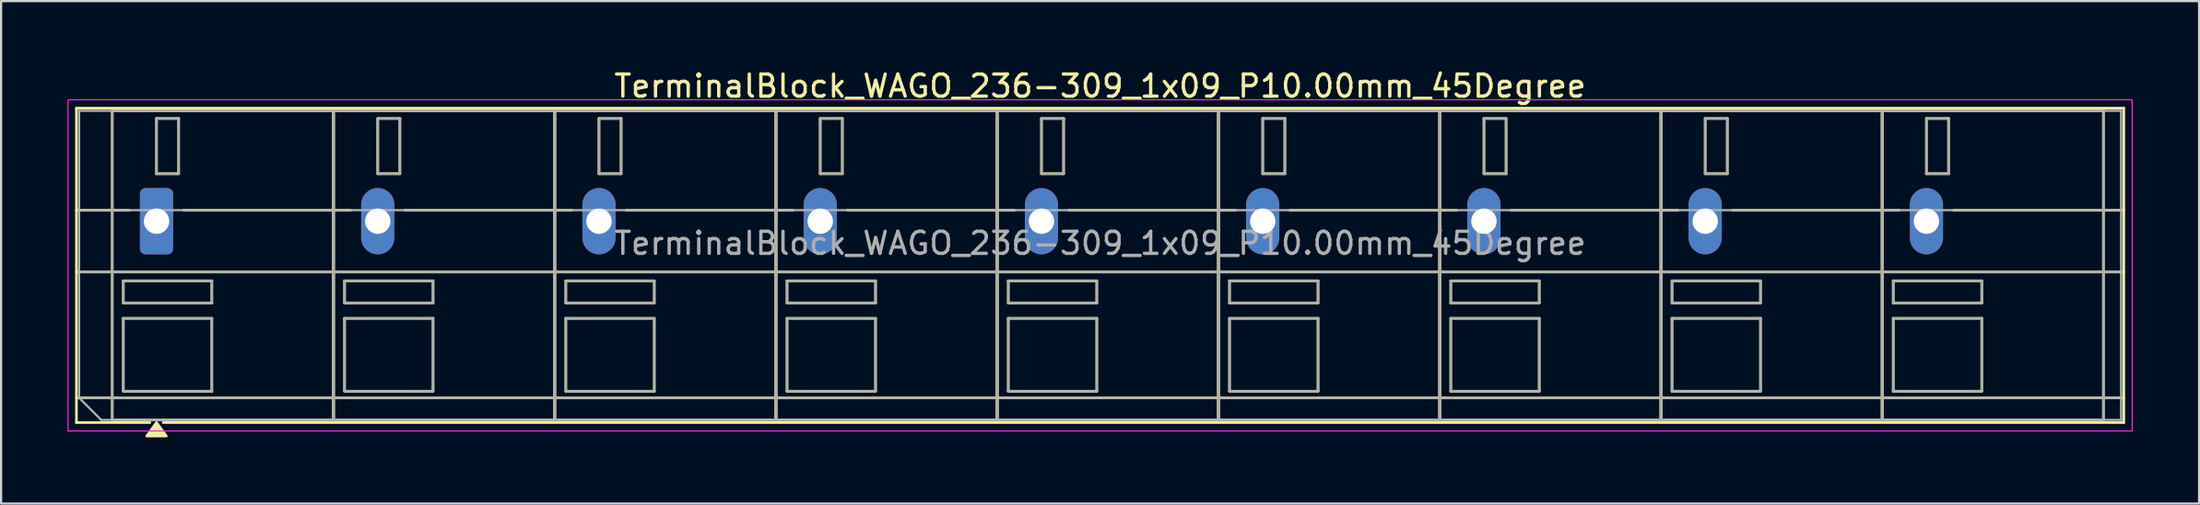
<source format=kicad_pcb>
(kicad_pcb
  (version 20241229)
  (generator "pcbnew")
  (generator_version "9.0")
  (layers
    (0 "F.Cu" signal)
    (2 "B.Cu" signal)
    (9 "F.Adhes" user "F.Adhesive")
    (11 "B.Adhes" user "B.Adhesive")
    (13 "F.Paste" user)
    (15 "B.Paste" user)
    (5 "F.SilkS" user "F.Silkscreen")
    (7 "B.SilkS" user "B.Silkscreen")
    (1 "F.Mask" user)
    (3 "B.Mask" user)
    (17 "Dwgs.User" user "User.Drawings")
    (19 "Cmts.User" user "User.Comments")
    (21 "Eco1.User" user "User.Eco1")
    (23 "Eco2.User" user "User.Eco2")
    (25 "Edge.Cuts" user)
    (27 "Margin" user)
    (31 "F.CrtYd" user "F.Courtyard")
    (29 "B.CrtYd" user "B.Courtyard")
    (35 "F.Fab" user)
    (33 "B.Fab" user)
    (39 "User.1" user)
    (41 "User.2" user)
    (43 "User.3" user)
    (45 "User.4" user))
  (footprint "TerminalBlock_WAGO_236-309_1x09_P10.00mm_45Degree"
    (layer "F.Cu")
    (at 4.025 6.968)
    (property "Reference" "TerminalBlock_WAGO_236-309_1x09_P10.00mm_45Degree" (at 42.65 -6.12 0) (layer "F.SilkS") (effects (font (size 1 1) (thickness 0.15))))
    (attr through_hole)
    (fp_line (start -3.62 -5.12) (end 88.92 -5.12) (stroke (width 0.12) (type solid)) (layer "F.SilkS"))
    (fp_line (start -3.62 -0.5) (end -1.23 -0.5) (stroke (width 0.12) (type solid)) (layer "F.SilkS"))
    (fp_line (start -3.62 2.3) (end 88.92 2.3) (stroke (width 0.12) (type solid)) (layer "F.SilkS"))
    (fp_line (start -3.62 8) (end 88.92 8) (stroke (width 0.12) (type solid)) (layer "F.SilkS"))
    (fp_line (start -3.62 9.12) (end -3.62 -5.12) (stroke (width 0.12) (type solid)) (layer "F.SilkS"))
    (fp_line (start -2 -5) (end 8 -5) (stroke (width 0.12) (type solid)) (layer "F.SilkS"))
    (fp_line (start -2 9) (end -2 -5) (stroke (width 0.12) (type solid)) (layer "F.SilkS"))
    (fp_line (start -1.5 2.7) (end 2.5 2.7) (stroke (width 0.12) (type solid)) (layer "F.SilkS"))
    (fp_line (start -1.5 3.7) (end -1.5 2.7) (stroke (width 0.12) (type solid)) (layer "F.SilkS"))
    (fp_line (start -1.5 4.4) (end 2.5 4.4) (stroke (width 0.12) (type solid)) (layer "F.SilkS"))
    (fp_line (start -1.5 7.7) (end -1.5 4.4) (stroke (width 0.12) (type solid)) (layer "F.SilkS"))
    (fp_line (start -0.3 9.12) (end -3.62 9.12) (stroke (width 0.12) (type solid)) (layer "F.SilkS"))
    (fp_line (start 0 -4.65) (end 1 -4.65) (stroke (width 0.12) (type solid)) (layer "F.SilkS"))
    (fp_line (start 0 -2.15) (end 0 -4.65) (stroke (width 0.12) (type solid)) (layer "F.SilkS"))
    (fp_line (start 1 -4.65) (end 1 -2.15) (stroke (width 0.12) (type solid)) (layer "F.SilkS"))
    (fp_line (start 1 -2.15) (end 0 -2.15) (stroke (width 0.12) (type solid)) (layer "F.SilkS"))
    (fp_line (start 1.23 -0.5) (end 8.77 -0.5) (stroke (width 0.12) (type solid)) (layer "F.SilkS"))
    (fp_line (start 2.5 2.7) (end 2.5 3.7) (stroke (width 0.12) (type solid)) (layer "F.SilkS"))
    (fp_line (start 2.5 3.7) (end -1.5 3.7) (stroke (width 0.12) (type solid)) (layer "F.SilkS"))
    (fp_line (start 2.5 4.4) (end 2.5 7.7) (stroke (width 0.12) (type solid)) (layer "F.SilkS"))
    (fp_line (start 2.5 7.7) (end -1.5 7.7) (stroke (width 0.12) (type solid)) (layer "F.SilkS"))
    (fp_line (start 8 -5) (end 8 9) (stroke (width 0.12) (type solid)) (layer "F.SilkS"))
    (fp_line (start 8 -5) (end 18 -5) (stroke (width 0.12) (type solid)) (layer "F.SilkS"))
    (fp_line (start 8 9) (end -2 9) (stroke (width 0.12) (type solid)) (layer "F.SilkS"))
    (fp_line (start 8 9) (end 8 -5) (stroke (width 0.12) (type solid)) (layer "F.SilkS"))
    (fp_line (start 8.5 2.7) (end 12.5 2.7) (stroke (width 0.12) (type solid)) (layer "F.SilkS"))
    (fp_line (start 8.5 3.7) (end 8.5 2.7) (stroke (width 0.12) (type solid)) (layer "F.SilkS"))
    (fp_line (start 8.5 4.4) (end 12.5 4.4) (stroke (width 0.12) (type solid)) (layer "F.SilkS"))
    (fp_line (start 8.5 7.7) (end 8.5 4.4) (stroke (width 0.12) (type solid)) (layer "F.SilkS"))
    (fp_line (start 10 -4.65) (end 11 -4.65) (stroke (width 0.12) (type solid)) (layer "F.SilkS"))
    (fp_line (start 10 -2.15) (end 10 -4.65) (stroke (width 0.12) (type solid)) (layer "F.SilkS"))
    (fp_line (start 11 -4.65) (end 11 -2.15) (stroke (width 0.12) (type solid)) (layer "F.SilkS"))
    (fp_line (start 11 -2.15) (end 10 -2.15) (stroke (width 0.12) (type solid)) (layer "F.SilkS"))
    (fp_line (start 11.23 -0.5) (end 18.77 -0.5) (stroke (width 0.12) (type solid)) (layer "F.SilkS"))
    (fp_line (start 12.5 2.7) (end 12.5 3.7) (stroke (width 0.12) (type solid)) (layer "F.SilkS"))
    (fp_line (start 12.5 3.7) (end 8.5 3.7) (stroke (width 0.12) (type solid)) (layer "F.SilkS"))
    (fp_line (start 12.5 4.4) (end 12.5 7.7) (stroke (width 0.12) (type solid)) (layer "F.SilkS"))
    (fp_line (start 12.5 7.7) (end 8.5 7.7) (stroke (width 0.12) (type solid)) (layer "F.SilkS"))
    (fp_line (start 18 -5) (end 18 9) (stroke (width 0.12) (type solid)) (layer "F.SilkS"))
    (fp_line (start 18 -5) (end 28 -5) (stroke (width 0.12) (type solid)) (layer "F.SilkS"))
    (fp_line (start 18 9) (end 8 9) (stroke (width 0.12) (type solid)) (layer "F.SilkS"))
    (fp_line (start 18 9) (end 18 -5) (stroke (width 0.12) (type solid)) (layer "F.SilkS"))
    (fp_line (start 18.5 2.7) (end 22.5 2.7) (stroke (width 0.12) (type solid)) (layer "F.SilkS"))
    (fp_line (start 18.5 3.7) (end 18.5 2.7) (stroke (width 0.12) (type solid)) (layer "F.SilkS"))
    (fp_line (start 18.5 4.4) (end 22.5 4.4) (stroke (width 0.12) (type solid)) (layer "F.SilkS"))
    (fp_line (start 18.5 7.7) (end 18.5 4.4) (stroke (width 0.12) (type solid)) (layer "F.SilkS"))
    (fp_line (start 20 -4.65) (end 21 -4.65) (stroke (width 0.12) (type solid)) (layer "F.SilkS"))
    (fp_line (start 20 -2.15) (end 20 -4.65) (stroke (width 0.12) (type solid)) (layer "F.SilkS"))
    (fp_line (start 21 -4.65) (end 21 -2.15) (stroke (width 0.12) (type solid)) (layer "F.SilkS"))
    (fp_line (start 21 -2.15) (end 20 -2.15) (stroke (width 0.12) (type solid)) (layer "F.SilkS"))
    (fp_line (start 21.23 -0.5) (end 28.77 -0.5) (stroke (width 0.12) (type solid)) (layer "F.SilkS"))
    (fp_line (start 22.5 2.7) (end 22.5 3.7) (stroke (width 0.12) (type solid)) (layer "F.SilkS"))
    (fp_line (start 22.5 3.7) (end 18.5 3.7) (stroke (width 0.12) (type solid)) (layer "F.SilkS"))
    (fp_line (start 22.5 4.4) (end 22.5 7.7) (stroke (width 0.12) (type solid)) (layer "F.SilkS"))
    (fp_line (start 22.5 7.7) (end 18.5 7.7) (stroke (width 0.12) (type solid)) (layer "F.SilkS"))
    (fp_line (start 28 -5) (end 28 9) (stroke (width 0.12) (type solid)) (layer "F.SilkS"))
    (fp_line (start 28 -5) (end 38 -5) (stroke (width 0.12) (type solid)) (layer "F.SilkS"))
    (fp_line (start 28 9) (end 18 9) (stroke (width 0.12) (type solid)) (layer "F.SilkS"))
    (fp_line (start 28 9) (end 28 -5) (stroke (width 0.12) (type solid)) (layer "F.SilkS"))
    (fp_line (start 28.5 2.7) (end 32.5 2.7) (stroke (width 0.12) (type solid)) (layer "F.SilkS"))
    (fp_line (start 28.5 3.7) (end 28.5 2.7) (stroke (width 0.12) (type solid)) (layer "F.SilkS"))
    (fp_line (start 28.5 4.4) (end 32.5 4.4) (stroke (width 0.12) (type solid)) (layer "F.SilkS"))
    (fp_line (start 28.5 7.7) (end 28.5 4.4) (stroke (width 0.12) (type solid)) (layer "F.SilkS"))
    (fp_line (start 30 -4.65) (end 31 -4.65) (stroke (width 0.12) (type solid)) (layer "F.SilkS"))
    (fp_line (start 30 -2.15) (end 30 -4.65) (stroke (width 0.12) (type solid)) (layer "F.SilkS"))
    (fp_line (start 31 -4.65) (end 31 -2.15) (stroke (width 0.12) (type solid)) (layer "F.SilkS"))
    (fp_line (start 31 -2.15) (end 30 -2.15) (stroke (width 0.12) (type solid)) (layer "F.SilkS"))
    (fp_line (start 31.23 -0.5) (end 38.77 -0.5) (stroke (width 0.12) (type solid)) (layer "F.SilkS"))
    (fp_line (start 32.5 2.7) (end 32.5 3.7) (stroke (width 0.12) (type solid)) (layer "F.SilkS"))
    (fp_line (start 32.5 3.7) (end 28.5 3.7) (stroke (width 0.12) (type solid)) (layer "F.SilkS"))
    (fp_line (start 32.5 4.4) (end 32.5 7.7) (stroke (width 0.12) (type solid)) (layer "F.SilkS"))
    (fp_line (start 32.5 7.7) (end 28.5 7.7) (stroke (width 0.12) (type solid)) (layer "F.SilkS"))
    (fp_line (start 38 -5) (end 38 9) (stroke (width 0.12) (type solid)) (layer "F.SilkS"))
    (fp_line (start 38 -5) (end 48 -5) (stroke (width 0.12) (type solid)) (layer "F.SilkS"))
    (fp_line (start 38 9) (end 28 9) (stroke (width 0.12) (type solid)) (layer "F.SilkS"))
    (fp_line (start 38 9) (end 38 -5) (stroke (width 0.12) (type solid)) (layer "F.SilkS"))
    (fp_line (start 38.5 2.7) (end 42.5 2.7) (stroke (width 0.12) (type solid)) (layer "F.SilkS"))
    (fp_line (start 38.5 3.7) (end 38.5 2.7) (stroke (width 0.12) (type solid)) (layer "F.SilkS"))
    (fp_line (start 38.5 4.4) (end 42.5 4.4) (stroke (width 0.12) (type solid)) (layer "F.SilkS"))
    (fp_line (start 38.5 7.7) (end 38.5 4.4) (stroke (width 0.12) (type solid)) (layer "F.SilkS"))
    (fp_line (start 40 -4.65) (end 41 -4.65) (stroke (width 0.12) (type solid)) (layer "F.SilkS"))
    (fp_line (start 40 -2.15) (end 40 -4.65) (stroke (width 0.12) (type solid)) (layer "F.SilkS"))
    (fp_line (start 41 -4.65) (end 41 -2.15) (stroke (width 0.12) (type solid)) (layer "F.SilkS"))
    (fp_line (start 41 -2.15) (end 40 -2.15) (stroke (width 0.12) (type solid)) (layer "F.SilkS"))
    (fp_line (start 41.23 -0.5) (end 48.77 -0.5) (stroke (width 0.12) (type solid)) (layer "F.SilkS"))
    (fp_line (start 42.5 2.7) (end 42.5 3.7) (stroke (width 0.12) (type solid)) (layer "F.SilkS"))
    (fp_line (start 42.5 3.7) (end 38.5 3.7) (stroke (width 0.12) (type solid)) (layer "F.SilkS"))
    (fp_line (start 42.5 4.4) (end 42.5 7.7) (stroke (width 0.12) (type solid)) (layer "F.SilkS"))
    (fp_line (start 42.5 7.7) (end 38.5 7.7) (stroke (width 0.12) (type solid)) (layer "F.SilkS"))
    (fp_line (start 48 -5) (end 48 9) (stroke (width 0.12) (type solid)) (layer "F.SilkS"))
    (fp_line (start 48 -5) (end 58 -5) (stroke (width 0.12) (type solid)) (layer "F.SilkS"))
    (fp_line (start 48 9) (end 38 9) (stroke (width 0.12) (type solid)) (layer "F.SilkS"))
    (fp_line (start 48 9) (end 48 -5) (stroke (width 0.12) (type solid)) (layer "F.SilkS"))
    (fp_line (start 48.5 2.7) (end 52.5 2.7) (stroke (width 0.12) (type solid)) (layer "F.SilkS"))
    (fp_line (start 48.5 3.7) (end 48.5 2.7) (stroke (width 0.12) (type solid)) (layer "F.SilkS"))
    (fp_line (start 48.5 4.4) (end 52.5 4.4) (stroke (width 0.12) (type solid)) (layer "F.SilkS"))
    (fp_line (start 48.5 7.7) (end 48.5 4.4) (stroke (width 0.12) (type solid)) (layer "F.SilkS"))
    (fp_line (start 50 -4.65) (end 51 -4.65) (stroke (width 0.12) (type solid)) (layer "F.SilkS"))
    (fp_line (start 50 -2.15) (end 50 -4.65) (stroke (width 0.12) (type solid)) (layer "F.SilkS"))
    (fp_line (start 51 -4.65) (end 51 -2.15) (stroke (width 0.12) (type solid)) (layer "F.SilkS"))
    (fp_line (start 51 -2.15) (end 50 -2.15) (stroke (width 0.12) (type solid)) (layer "F.SilkS"))
    (fp_line (start 51.23 -0.5) (end 58.77 -0.5) (stroke (width 0.12) (type solid)) (layer "F.SilkS"))
    (fp_line (start 52.5 2.7) (end 52.5 3.7) (stroke (width 0.12) (type solid)) (layer "F.SilkS"))
    (fp_line (start 52.5 3.7) (end 48.5 3.7) (stroke (width 0.12) (type solid)) (layer "F.SilkS"))
    (fp_line (start 52.5 4.4) (end 52.5 7.7) (stroke (width 0.12) (type solid)) (layer "F.SilkS"))
    (fp_line (start 52.5 7.7) (end 48.5 7.7) (stroke (width 0.12) (type solid)) (layer "F.SilkS"))
    (fp_line (start 58 -5) (end 58 9) (stroke (width 0.12) (type solid)) (layer "F.SilkS"))
    (fp_line (start 58 -5) (end 68 -5) (stroke (width 0.12) (type solid)) (layer "F.SilkS"))
    (fp_line (start 58 9) (end 48 9) (stroke (width 0.12) (type solid)) (layer "F.SilkS"))
    (fp_line (start 58 9) (end 58 -5) (stroke (width 0.12) (type solid)) (layer "F.SilkS"))
    (fp_line (start 58.5 2.7) (end 62.5 2.7) (stroke (width 0.12) (type solid)) (layer "F.SilkS"))
    (fp_line (start 58.5 3.7) (end 58.5 2.7) (stroke (width 0.12) (type solid)) (layer "F.SilkS"))
    (fp_line (start 58.5 4.4) (end 62.5 4.4) (stroke (width 0.12) (type solid)) (layer "F.SilkS"))
    (fp_line (start 58.5 7.7) (end 58.5 4.4) (stroke (width 0.12) (type solid)) (layer "F.SilkS"))
    (fp_line (start 60 -4.65) (end 61 -4.65) (stroke (width 0.12) (type solid)) (layer "F.SilkS"))
    (fp_line (start 60 -2.15) (end 60 -4.65) (stroke (width 0.12) (type solid)) (layer "F.SilkS"))
    (fp_line (start 61 -4.65) (end 61 -2.15) (stroke (width 0.12) (type solid)) (layer "F.SilkS"))
    (fp_line (start 61 -2.15) (end 60 -2.15) (stroke (width 0.12) (type solid)) (layer "F.SilkS"))
    (fp_line (start 61.23 -0.5) (end 68.77 -0.5) (stroke (width 0.12) (type solid)) (layer "F.SilkS"))
    (fp_line (start 62.5 2.7) (end 62.5 3.7) (stroke (width 0.12) (type solid)) (layer "F.SilkS"))
    (fp_line (start 62.5 3.7) (end 58.5 3.7) (stroke (width 0.12) (type solid)) (layer "F.SilkS"))
    (fp_line (start 62.5 4.4) (end 62.5 7.7) (stroke (width 0.12) (type solid)) (layer "F.SilkS"))
    (fp_line (start 62.5 7.7) (end 58.5 7.7) (stroke (width 0.12) (type solid)) (layer "F.SilkS"))
    (fp_line (start 68 -5) (end 68 9) (stroke (width 0.12) (type solid)) (layer "F.SilkS"))
    (fp_line (start 68 -5) (end 78 -5) (stroke (width 0.12) (type solid)) (layer "F.SilkS"))
    (fp_line (start 68 9) (end 58 9) (stroke (width 0.12) (type solid)) (layer "F.SilkS"))
    (fp_line (start 68 9) (end 68 -5) (stroke (width 0.12) (type solid)) (layer "F.SilkS"))
    (fp_line (start 68.5 2.7) (end 72.5 2.7) (stroke (width 0.12) (type solid)) (layer "F.SilkS"))
    (fp_line (start 68.5 3.7) (end 68.5 2.7) (stroke (width 0.12) (type solid)) (layer "F.SilkS"))
    (fp_line (start 68.5 4.4) (end 72.5 4.4) (stroke (width 0.12) (type solid)) (layer "F.SilkS"))
    (fp_line (start 68.5 7.7) (end 68.5 4.4) (stroke (width 0.12) (type solid)) (layer "F.SilkS"))
    (fp_line (start 70 -4.65) (end 71 -4.65) (stroke (width 0.12) (type solid)) (layer "F.SilkS"))
    (fp_line (start 70 -2.15) (end 70 -4.65) (stroke (width 0.12) (type solid)) (layer "F.SilkS"))
    (fp_line (start 71 -4.65) (end 71 -2.15) (stroke (width 0.12) (type solid)) (layer "F.SilkS"))
    (fp_line (start 71 -2.15) (end 70 -2.15) (stroke (width 0.12) (type solid)) (layer "F.SilkS"))
    (fp_line (start 71.23 -0.5) (end 78.77 -0.5) (stroke (width 0.12) (type solid)) (layer "F.SilkS"))
    (fp_line (start 72.5 2.7) (end 72.5 3.7) (stroke (width 0.12) (type solid)) (layer "F.SilkS"))
    (fp_line (start 72.5 3.7) (end 68.5 3.7) (stroke (width 0.12) (type solid)) (layer "F.SilkS"))
    (fp_line (start 72.5 4.4) (end 72.5 7.7) (stroke (width 0.12) (type solid)) (layer "F.SilkS"))
    (fp_line (start 72.5 7.7) (end 68.5 7.7) (stroke (width 0.12) (type solid)) (layer "F.SilkS"))
    (fp_line (start 78 -5) (end 78 9) (stroke (width 0.12) (type solid)) (layer "F.SilkS"))
    (fp_line (start 78 -5) (end 88 -5) (stroke (width 0.12) (type solid)) (layer "F.SilkS"))
    (fp_line (start 78 9) (end 68 9) (stroke (width 0.12) (type solid)) (layer "F.SilkS"))
    (fp_line (start 78 9) (end 78 -5) (stroke (width 0.12) (type solid)) (layer "F.SilkS"))
    (fp_line (start 78.5 2.7) (end 82.5 2.7) (stroke (width 0.12) (type solid)) (layer "F.SilkS"))
    (fp_line (start 78.5 3.7) (end 78.5 2.7) (stroke (width 0.12) (type solid)) (layer "F.SilkS"))
    (fp_line (start 78.5 4.4) (end 82.5 4.4) (stroke (width 0.12) (type solid)) (layer "F.SilkS"))
    (fp_line (start 78.5 7.7) (end 78.5 4.4) (stroke (width 0.12) (type solid)) (layer "F.SilkS"))
    (fp_line (start 80 -4.65) (end 81 -4.65) (stroke (width 0.12) (type solid)) (layer "F.SilkS"))
    (fp_line (start 80 -2.15) (end 80 -4.65) (stroke (width 0.12) (type solid)) (layer "F.SilkS"))
    (fp_line (start 81 -4.65) (end 81 -2.15) (stroke (width 0.12) (type solid)) (layer "F.SilkS"))
    (fp_line (start 81 -2.15) (end 80 -2.15) (stroke (width 0.12) (type solid)) (layer "F.SilkS"))
    (fp_line (start 81.23 -0.5) (end 88.92 -0.5) (stroke (width 0.12) (type solid)) (layer "F.SilkS"))
    (fp_line (start 82.5 2.7) (end 82.5 3.7) (stroke (width 0.12) (type solid)) (layer "F.SilkS"))
    (fp_line (start 82.5 3.7) (end 78.5 3.7) (stroke (width 0.12) (type solid)) (layer "F.SilkS"))
    (fp_line (start 82.5 4.4) (end 82.5 7.7) (stroke (width 0.12) (type solid)) (layer "F.SilkS"))
    (fp_line (start 82.5 7.7) (end 78.5 7.7) (stroke (width 0.12) (type solid)) (layer "F.SilkS"))
    (fp_line (start 88 -5) (end 88 9) (stroke (width 0.12) (type solid)) (layer "F.SilkS"))
    (fp_line (start 88 9) (end 78 9) (stroke (width 0.12) (type solid)) (layer "F.SilkS"))
    (fp_line (start 88.92 -5.12) (end 88.92 9.12) (stroke (width 0.12) (type solid)) (layer "F.SilkS"))
    (fp_line (start 88.92 9.12) (end 0.3 9.12) (stroke (width 0.12) (type solid)) (layer "F.SilkS"))
    (fp_poly (pts (xy 0 9.12) (xy 0.44 9.73) (xy -0.44 9.73)) (stroke (width 0.12) (type solid)) (fill yes) (layer "F.SilkS"))
    (fp_line (start -4 -5.5) (end -4 9.5) (stroke (width 0.05) (type solid)) (layer "F.CrtYd"))
    (fp_line (start -4 9.5) (end 89.3 9.5) (stroke (width 0.05) (type solid)) (layer "F.CrtYd"))
    (fp_line (start 89.3 -5.5) (end -4 -5.5) (stroke (width 0.05) (type solid)) (layer "F.CrtYd"))
    (fp_line (start 89.3 9.5) (end 89.3 -5.5) (stroke (width 0.05) (type solid)) (layer "F.CrtYd"))
    (fp_line (start -3.5 -5) (end 88.8 -5) (stroke (width 0.1) (type solid)) (layer "F.Fab"))
    (fp_line (start -3.5 -0.5) (end 88.8 -0.5) (stroke (width 0.1) (type solid)) (layer "F.Fab"))
    (fp_line (start -3.5 2.3) (end 88.8 2.3) (stroke (width 0.1) (type solid)) (layer "F.Fab"))
    (fp_line (start -3.5 8) (end -3.5 -5) (stroke (width 0.1) (type solid)) (layer "F.Fab"))
    (fp_line (start -3.5 8) (end 88.8 8) (stroke (width 0.1) (type solid)) (layer "F.Fab"))
    (fp_line (start -2.5 9) (end -3.5 8) (stroke (width 0.1) (type solid)) (layer "F.Fab"))
    (fp_line (start -2 -5) (end -2 9) (stroke (width 0.1) (type solid)) (layer "F.Fab"))
    (fp_line (start -2 9) (end 8 9) (stroke (width 0.1) (type solid)) (layer "F.Fab"))
    (fp_line (start -1.5 2.7) (end -1.5 3.7) (stroke (width 0.1) (type solid)) (layer "F.Fab"))
    (fp_line (start -1.5 3.7) (end 2.5 3.7) (stroke (width 0.1) (type solid)) (layer "F.Fab"))
    (fp_line (start -1.5 4.4) (end -1.5 7.7) (stroke (width 0.1) (type solid)) (layer "F.Fab"))
    (fp_line (start -1.5 7.7) (end 2.5 7.7) (stroke (width 0.1) (type solid)) (layer "F.Fab"))
    (fp_line (start 0 -4.65) (end 0 -2.15) (stroke (width 0.1) (type solid)) (layer "F.Fab"))
    (fp_line (start 0 -2.15) (end 1 -2.15) (stroke (width 0.1) (type solid)) (layer "F.Fab"))
    (fp_line (start 1 -4.65) (end 0 -4.65) (stroke (width 0.1) (type solid)) (layer "F.Fab"))
    (fp_line (start 1 -2.15) (end 1 -4.65) (stroke (width 0.1) (type solid)) (layer "F.Fab"))
    (fp_line (start 2.5 2.7) (end -1.5 2.7) (stroke (width 0.1) (type solid)) (layer "F.Fab"))
    (fp_line (start 2.5 3.7) (end 2.5 2.7) (stroke (width 0.1) (type solid)) (layer "F.Fab"))
    (fp_line (start 2.5 4.4) (end -1.5 4.4) (stroke (width 0.1) (type solid)) (layer "F.Fab"))
    (fp_line (start 2.5 7.7) (end 2.5 4.4) (stroke (width 0.1) (type solid)) (layer "F.Fab"))
    (fp_line (start 8 -5) (end -2 -5) (stroke (width 0.1) (type solid)) (layer "F.Fab"))
    (fp_line (start 8 -5) (end 8 9) (stroke (width 0.1) (type solid)) (layer "F.Fab"))
    (fp_line (start 8 9) (end 8 -5) (stroke (width 0.1) (type solid)) (layer "F.Fab"))
    (fp_line (start 8 9) (end 18 9) (stroke (width 0.1) (type solid)) (layer "F.Fab"))
    (fp_line (start 8.5 2.7) (end 8.5 3.7) (stroke (width 0.1) (type solid)) (layer "F.Fab"))
    (fp_line (start 8.5 3.7) (end 12.5 3.7) (stroke (width 0.1) (type solid)) (layer "F.Fab"))
    (fp_line (start 8.5 4.4) (end 8.5 7.7) (stroke (width 0.1) (type solid)) (layer "F.Fab"))
    (fp_line (start 8.5 7.7) (end 12.5 7.7) (stroke (width 0.1) (type solid)) (layer "F.Fab"))
    (fp_line (start 10 -4.65) (end 10 -2.15) (stroke (width 0.1) (type solid)) (layer "F.Fab"))
    (fp_line (start 10 -2.15) (end 11 -2.15) (stroke (width 0.1) (type solid)) (layer "F.Fab"))
    (fp_line (start 11 -4.65) (end 10 -4.65) (stroke (width 0.1) (type solid)) (layer "F.Fab"))
    (fp_line (start 11 -2.15) (end 11 -4.65) (stroke (width 0.1) (type solid)) (layer "F.Fab"))
    (fp_line (start 12.5 2.7) (end 8.5 2.7) (stroke (width 0.1) (type solid)) (layer "F.Fab"))
    (fp_line (start 12.5 3.7) (end 12.5 2.7) (stroke (width 0.1) (type solid)) (layer "F.Fab"))
    (fp_line (start 12.5 4.4) (end 8.5 4.4) (stroke (width 0.1) (type solid)) (layer "F.Fab"))
    (fp_line (start 12.5 7.7) (end 12.5 4.4) (stroke (width 0.1) (type solid)) (layer "F.Fab"))
    (fp_line (start 18 -5) (end 8 -5) (stroke (width 0.1) (type solid)) (layer "F.Fab"))
    (fp_line (start 18 -5) (end 18 9) (stroke (width 0.1) (type solid)) (layer "F.Fab"))
    (fp_line (start 18 9) (end 18 -5) (stroke (width 0.1) (type solid)) (layer "F.Fab"))
    (fp_line (start 18 9) (end 28 9) (stroke (width 0.1) (type solid)) (layer "F.Fab"))
    (fp_line (start 18.5 2.7) (end 18.5 3.7) (stroke (width 0.1) (type solid)) (layer "F.Fab"))
    (fp_line (start 18.5 3.7) (end 22.5 3.7) (stroke (width 0.1) (type solid)) (layer "F.Fab"))
    (fp_line (start 18.5 4.4) (end 18.5 7.7) (stroke (width 0.1) (type solid)) (layer "F.Fab"))
    (fp_line (start 18.5 7.7) (end 22.5 7.7) (stroke (width 0.1) (type solid)) (layer "F.Fab"))
    (fp_line (start 20 -4.65) (end 20 -2.15) (stroke (width 0.1) (type solid)) (layer "F.Fab"))
    (fp_line (start 20 -2.15) (end 21 -2.15) (stroke (width 0.1) (type solid)) (layer "F.Fab"))
    (fp_line (start 21 -4.65) (end 20 -4.65) (stroke (width 0.1) (type solid)) (layer "F.Fab"))
    (fp_line (start 21 -2.15) (end 21 -4.65) (stroke (width 0.1) (type solid)) (layer "F.Fab"))
    (fp_line (start 22.5 2.7) (end 18.5 2.7) (stroke (width 0.1) (type solid)) (layer "F.Fab"))
    (fp_line (start 22.5 3.7) (end 22.5 2.7) (stroke (width 0.1) (type solid)) (layer "F.Fab"))
    (fp_line (start 22.5 4.4) (end 18.5 4.4) (stroke (width 0.1) (type solid)) (layer "F.Fab"))
    (fp_line (start 22.5 7.7) (end 22.5 4.4) (stroke (width 0.1) (type solid)) (layer "F.Fab"))
    (fp_line (start 28 -5) (end 18 -5) (stroke (width 0.1) (type solid)) (layer "F.Fab"))
    (fp_line (start 28 -5) (end 28 9) (stroke (width 0.1) (type solid)) (layer "F.Fab"))
    (fp_line (start 28 9) (end 28 -5) (stroke (width 0.1) (type solid)) (layer "F.Fab"))
    (fp_line (start 28 9) (end 38 9) (stroke (width 0.1) (type solid)) (layer "F.Fab"))
    (fp_line (start 28.5 2.7) (end 28.5 3.7) (stroke (width 0.1) (type solid)) (layer "F.Fab"))
    (fp_line (start 28.5 3.7) (end 32.5 3.7) (stroke (width 0.1) (type solid)) (layer "F.Fab"))
    (fp_line (start 28.5 4.4) (end 28.5 7.7) (stroke (width 0.1) (type solid)) (layer "F.Fab"))
    (fp_line (start 28.5 7.7) (end 32.5 7.7) (stroke (width 0.1) (type solid)) (layer "F.Fab"))
    (fp_line (start 30 -4.65) (end 30 -2.15) (stroke (width 0.1) (type solid)) (layer "F.Fab"))
    (fp_line (start 30 -2.15) (end 31 -2.15) (stroke (width 0.1) (type solid)) (layer "F.Fab"))
    (fp_line (start 31 -4.65) (end 30 -4.65) (stroke (width 0.1) (type solid)) (layer "F.Fab"))
    (fp_line (start 31 -2.15) (end 31 -4.65) (stroke (width 0.1) (type solid)) (layer "F.Fab"))
    (fp_line (start 32.5 2.7) (end 28.5 2.7) (stroke (width 0.1) (type solid)) (layer "F.Fab"))
    (fp_line (start 32.5 3.7) (end 32.5 2.7) (stroke (width 0.1) (type solid)) (layer "F.Fab"))
    (fp_line (start 32.5 4.4) (end 28.5 4.4) (stroke (width 0.1) (type solid)) (layer "F.Fab"))
    (fp_line (start 32.5 7.7) (end 32.5 4.4) (stroke (width 0.1) (type solid)) (layer "F.Fab"))
    (fp_line (start 38 -5) (end 28 -5) (stroke (width 0.1) (type solid)) (layer "F.Fab"))
    (fp_line (start 38 -5) (end 38 9) (stroke (width 0.1) (type solid)) (layer "F.Fab"))
    (fp_line (start 38 9) (end 38 -5) (stroke (width 0.1) (type solid)) (layer "F.Fab"))
    (fp_line (start 38 9) (end 48 9) (stroke (width 0.1) (type solid)) (layer "F.Fab"))
    (fp_line (start 38.5 2.7) (end 38.5 3.7) (stroke (width 0.1) (type solid)) (layer "F.Fab"))
    (fp_line (start 38.5 3.7) (end 42.5 3.7) (stroke (width 0.1) (type solid)) (layer "F.Fab"))
    (fp_line (start 38.5 4.4) (end 38.5 7.7) (stroke (width 0.1) (type solid)) (layer "F.Fab"))
    (fp_line (start 38.5 7.7) (end 42.5 7.7) (stroke (width 0.1) (type solid)) (layer "F.Fab"))
    (fp_line (start 40 -4.65) (end 40 -2.15) (stroke (width 0.1) (type solid)) (layer "F.Fab"))
    (fp_line (start 40 -2.15) (end 41 -2.15) (stroke (width 0.1) (type solid)) (layer "F.Fab"))
    (fp_line (start 41 -4.65) (end 40 -4.65) (stroke (width 0.1) (type solid)) (layer "F.Fab"))
    (fp_line (start 41 -2.15) (end 41 -4.65) (stroke (width 0.1) (type solid)) (layer "F.Fab"))
    (fp_line (start 42.5 2.7) (end 38.5 2.7) (stroke (width 0.1) (type solid)) (layer "F.Fab"))
    (fp_line (start 42.5 3.7) (end 42.5 2.7) (stroke (width 0.1) (type solid)) (layer "F.Fab"))
    (fp_line (start 42.5 4.4) (end 38.5 4.4) (stroke (width 0.1) (type solid)) (layer "F.Fab"))
    (fp_line (start 42.5 7.7) (end 42.5 4.4) (stroke (width 0.1) (type solid)) (layer "F.Fab"))
    (fp_line (start 48 -5) (end 38 -5) (stroke (width 0.1) (type solid)) (layer "F.Fab"))
    (fp_line (start 48 -5) (end 48 9) (stroke (width 0.1) (type solid)) (layer "F.Fab"))
    (fp_line (start 48 9) (end 48 -5) (stroke (width 0.1) (type solid)) (layer "F.Fab"))
    (fp_line (start 48 9) (end 58 9) (stroke (width 0.1) (type solid)) (layer "F.Fab"))
    (fp_line (start 48.5 2.7) (end 48.5 3.7) (stroke (width 0.1) (type solid)) (layer "F.Fab"))
    (fp_line (start 48.5 3.7) (end 52.5 3.7) (stroke (width 0.1) (type solid)) (layer "F.Fab"))
    (fp_line (start 48.5 4.4) (end 48.5 7.7) (stroke (width 0.1) (type solid)) (layer "F.Fab"))
    (fp_line (start 48.5 7.7) (end 52.5 7.7) (stroke (width 0.1) (type solid)) (layer "F.Fab"))
    (fp_line (start 50 -4.65) (end 50 -2.15) (stroke (width 0.1) (type solid)) (layer "F.Fab"))
    (fp_line (start 50 -2.15) (end 51 -2.15) (stroke (width 0.1) (type solid)) (layer "F.Fab"))
    (fp_line (start 51 -4.65) (end 50 -4.65) (stroke (width 0.1) (type solid)) (layer "F.Fab"))
    (fp_line (start 51 -2.15) (end 51 -4.65) (stroke (width 0.1) (type solid)) (layer "F.Fab"))
    (fp_line (start 52.5 2.7) (end 48.5 2.7) (stroke (width 0.1) (type solid)) (layer "F.Fab"))
    (fp_line (start 52.5 3.7) (end 52.5 2.7) (stroke (width 0.1) (type solid)) (layer "F.Fab"))
    (fp_line (start 52.5 4.4) (end 48.5 4.4) (stroke (width 0.1) (type solid)) (layer "F.Fab"))
    (fp_line (start 52.5 7.7) (end 52.5 4.4) (stroke (width 0.1) (type solid)) (layer "F.Fab"))
    (fp_line (start 58 -5) (end 48 -5) (stroke (width 0.1) (type solid)) (layer "F.Fab"))
    (fp_line (start 58 -5) (end 58 9) (stroke (width 0.1) (type solid)) (layer "F.Fab"))
    (fp_line (start 58 9) (end 58 -5) (stroke (width 0.1) (type solid)) (layer "F.Fab"))
    (fp_line (start 58 9) (end 68 9) (stroke (width 0.1) (type solid)) (layer "F.Fab"))
    (fp_line (start 58.5 2.7) (end 58.5 3.7) (stroke (width 0.1) (type solid)) (layer "F.Fab"))
    (fp_line (start 58.5 3.7) (end 62.5 3.7) (stroke (width 0.1) (type solid)) (layer "F.Fab"))
    (fp_line (start 58.5 4.4) (end 58.5 7.7) (stroke (width 0.1) (type solid)) (layer "F.Fab"))
    (fp_line (start 58.5 7.7) (end 62.5 7.7) (stroke (width 0.1) (type solid)) (layer "F.Fab"))
    (fp_line (start 60 -4.65) (end 60 -2.15) (stroke (width 0.1) (type solid)) (layer "F.Fab"))
    (fp_line (start 60 -2.15) (end 61 -2.15) (stroke (width 0.1) (type solid)) (layer "F.Fab"))
    (fp_line (start 61 -4.65) (end 60 -4.65) (stroke (width 0.1) (type solid)) (layer "F.Fab"))
    (fp_line (start 61 -2.15) (end 61 -4.65) (stroke (width 0.1) (type solid)) (layer "F.Fab"))
    (fp_line (start 62.5 2.7) (end 58.5 2.7) (stroke (width 0.1) (type solid)) (layer "F.Fab"))
    (fp_line (start 62.5 3.7) (end 62.5 2.7) (stroke (width 0.1) (type solid)) (layer "F.Fab"))
    (fp_line (start 62.5 4.4) (end 58.5 4.4) (stroke (width 0.1) (type solid)) (layer "F.Fab"))
    (fp_line (start 62.5 7.7) (end 62.5 4.4) (stroke (width 0.1) (type solid)) (layer "F.Fab"))
    (fp_line (start 68 -5) (end 58 -5) (stroke (width 0.1) (type solid)) (layer "F.Fab"))
    (fp_line (start 68 -5) (end 68 9) (stroke (width 0.1) (type solid)) (layer "F.Fab"))
    (fp_line (start 68 9) (end 68 -5) (stroke (width 0.1) (type solid)) (layer "F.Fab"))
    (fp_line (start 68 9) (end 78 9) (stroke (width 0.1) (type solid)) (layer "F.Fab"))
    (fp_line (start 68.5 2.7) (end 68.5 3.7) (stroke (width 0.1) (type solid)) (layer "F.Fab"))
    (fp_line (start 68.5 3.7) (end 72.5 3.7) (stroke (width 0.1) (type solid)) (layer "F.Fab"))
    (fp_line (start 68.5 4.4) (end 68.5 7.7) (stroke (width 0.1) (type solid)) (layer "F.Fab"))
    (fp_line (start 68.5 7.7) (end 72.5 7.7) (stroke (width 0.1) (type solid)) (layer "F.Fab"))
    (fp_line (start 70 -4.65) (end 70 -2.15) (stroke (width 0.1) (type solid)) (layer "F.Fab"))
    (fp_line (start 70 -2.15) (end 71 -2.15) (stroke (width 0.1) (type solid)) (layer "F.Fab"))
    (fp_line (start 71 -4.65) (end 70 -4.65) (stroke (width 0.1) (type solid)) (layer "F.Fab"))
    (fp_line (start 71 -2.15) (end 71 -4.65) (stroke (width 0.1) (type solid)) (layer "F.Fab"))
    (fp_line (start 72.5 2.7) (end 68.5 2.7) (stroke (width 0.1) (type solid)) (layer "F.Fab"))
    (fp_line (start 72.5 3.7) (end 72.5 2.7) (stroke (width 0.1) (type solid)) (layer "F.Fab"))
    (fp_line (start 72.5 4.4) (end 68.5 4.4) (stroke (width 0.1) (type solid)) (layer "F.Fab"))
    (fp_line (start 72.5 7.7) (end 72.5 4.4) (stroke (width 0.1) (type solid)) (layer "F.Fab"))
    (fp_line (start 78 -5) (end 68 -5) (stroke (width 0.1) (type solid)) (layer "F.Fab"))
    (fp_line (start 78 -5) (end 78 9) (stroke (width 0.1) (type solid)) (layer "F.Fab"))
    (fp_line (start 78 9) (end 78 -5) (stroke (width 0.1) (type solid)) (layer "F.Fab"))
    (fp_line (start 78 9) (end 88 9) (stroke (width 0.1) (type solid)) (layer "F.Fab"))
    (fp_line (start 78.5 2.7) (end 78.5 3.7) (stroke (width 0.1) (type solid)) (layer "F.Fab"))
    (fp_line (start 78.5 3.7) (end 82.5 3.7) (stroke (width 0.1) (type solid)) (layer "F.Fab"))
    (fp_line (start 78.5 4.4) (end 78.5 7.7) (stroke (width 0.1) (type solid)) (layer "F.Fab"))
    (fp_line (start 78.5 7.7) (end 82.5 7.7) (stroke (width 0.1) (type solid)) (layer "F.Fab"))
    (fp_line (start 80 -4.65) (end 80 -2.15) (stroke (width 0.1) (type solid)) (layer "F.Fab"))
    (fp_line (start 80 -2.15) (end 81 -2.15) (stroke (width 0.1) (type solid)) (layer "F.Fab"))
    (fp_line (start 81 -4.65) (end 80 -4.65) (stroke (width 0.1) (type solid)) (layer "F.Fab"))
    (fp_line (start 81 -2.15) (end 81 -4.65) (stroke (width 0.1) (type solid)) (layer "F.Fab"))
    (fp_line (start 82.5 2.7) (end 78.5 2.7) (stroke (width 0.1) (type solid)) (layer "F.Fab"))
    (fp_line (start 82.5 3.7) (end 82.5 2.7) (stroke (width 0.1) (type solid)) (layer "F.Fab"))
    (fp_line (start 82.5 4.4) (end 78.5 4.4) (stroke (width 0.1) (type solid)) (layer "F.Fab"))
    (fp_line (start 82.5 7.7) (end 82.5 4.4) (stroke (width 0.1) (type solid)) (layer "F.Fab"))
    (fp_line (start 88 -5) (end 78 -5) (stroke (width 0.1) (type solid)) (layer "F.Fab"))
    (fp_line (start 88 9) (end 88 -5) (stroke (width 0.1) (type solid)) (layer "F.Fab"))
    (fp_line (start 88.8 -5) (end 88.8 9) (stroke (width 0.1) (type solid)) (layer "F.Fab"))
    (fp_line (start 88.8 9) (end -2.5 9) (stroke (width 0.1) (type solid)) (layer "F.Fab"))
    (fp_text user "${REFERENCE}" (at 42.65 1 0) (layer "F.Fab") (effects (font (size 1 1) (thickness 0.15))))
    (pad "1" thru_hole roundrect (at 0 0) (size 1.5 3) (drill 1.15) (layers "*.Cu" "*.Mask") (roundrect_rratio 0.167))
    (pad "2" thru_hole oval (at 10 0) (size 1.5 3) (drill 1.15) (layers "*.Cu" "*.Mask"))
    (pad "3" thru_hole oval (at 20 0) (size 1.5 3) (drill 1.15) (layers "*.Cu" "*.Mask"))
    (pad "4" thru_hole oval (at 30 0) (size 1.5 3) (drill 1.15) (layers "*.Cu" "*.Mask"))
    (pad "5" thru_hole oval (at 40 0) (size 1.5 3) (drill 1.15) (layers "*.Cu" "*.Mask"))
    (pad "6" thru_hole oval (at 50 0) (size 1.5 3) (drill 1.15) (layers "*.Cu" "*.Mask"))
    (pad "7" thru_hole oval (at 60 0) (size 1.5 3) (drill 1.15) (layers "*.Cu" "*.Mask"))
    (pad "8" thru_hole oval (at 70 0) (size 1.5 3) (drill 1.15) (layers "*.Cu" "*.Mask"))
    (pad "9" thru_hole oval (at 80 0) (size 1.5 3) (drill 1.15) (layers "*.Cu" "*.Mask")))
  (gr_rect
    (start -3 -3)
    (end 96.35 19.758)
    (stroke (width 0.1) (type default))
    (fill no)
    (layer "Edge.Cuts")))
</source>
